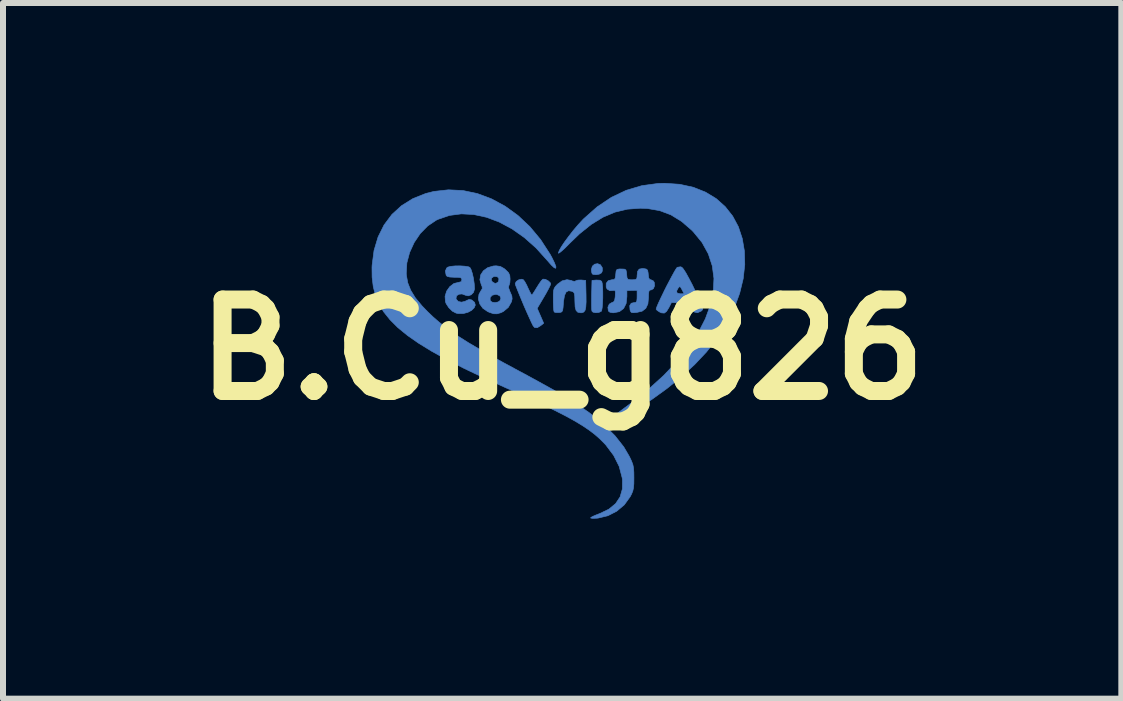
<source format=kicad_pcb>
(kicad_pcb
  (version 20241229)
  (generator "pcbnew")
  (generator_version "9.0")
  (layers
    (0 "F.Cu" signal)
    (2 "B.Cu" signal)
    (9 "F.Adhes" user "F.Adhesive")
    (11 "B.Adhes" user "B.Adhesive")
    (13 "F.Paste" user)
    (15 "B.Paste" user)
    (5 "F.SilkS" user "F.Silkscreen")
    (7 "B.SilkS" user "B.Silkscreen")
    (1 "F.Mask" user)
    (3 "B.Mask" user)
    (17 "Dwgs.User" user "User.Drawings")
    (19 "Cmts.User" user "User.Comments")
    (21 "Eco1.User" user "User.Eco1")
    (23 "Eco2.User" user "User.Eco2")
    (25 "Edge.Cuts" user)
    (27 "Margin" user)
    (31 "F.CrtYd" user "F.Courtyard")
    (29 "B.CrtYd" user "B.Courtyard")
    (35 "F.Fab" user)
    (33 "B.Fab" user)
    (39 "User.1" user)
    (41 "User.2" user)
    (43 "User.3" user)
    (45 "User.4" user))
  (footprint "B.Cu_g826"
    (layer "F.Cu")
    (at 6.321 2.778)
    (property "Reference" "B.Cu_g826" (at 0 0 0) (layer "F.SilkS") (effects (font (size 1.524 1.524) (thickness 0.3))))
    (attr through_hole)
    (fp_poly (pts (xy 0.637 -1.415) (xy 0.667 -1.369) (xy 0.669 -1.364) (xy 0.669 -1.31) (xy 0.656 -1.28) (xy 0.618 -1.258) (xy 0.564 -1.249) (xy 0.516 -1.254) (xy 0.501 -1.263) (xy 0.491 -1.293) (xy 0.487 -1.336) (xy 0.503 -1.391) (xy 0.541 -1.424) (xy 0.59 -1.433) (xy 0.637 -1.415)) (stroke (width 0.01) (type solid)) (fill yes) (layer "B.Cu"))
    (fp_poly (pts (xy 0.628 -1.157) (xy 0.659 -1.139) (xy 0.668 -1.103) (xy 0.675 -1.037) (xy 0.677 -0.952) (xy 0.677 -0.86) (xy 0.673 -0.772) (xy 0.667 -0.698) (xy 0.658 -0.65) (xy 0.652 -0.639) (xy 0.612 -0.62) (xy 0.56 -0.615) (xy 0.515 -0.624) (xy 0.496 -0.642) (xy 0.492 -0.673) (xy 0.49 -0.737) (xy 0.49 -0.824) (xy 0.491 -0.911) (xy 0.497 -1.154) (xy 0.569 -1.16) (xy 0.628 -1.157)) (stroke (width 0.01) (type solid)) (fill yes) (layer "B.Cu"))
    (fp_poly (pts (xy -0.281 -1.172) (xy -0.235 -1.149) (xy -0.2 -1.117) (xy -0.191 -1.095) (xy -0.201 -1.067) (xy -0.229 -1.011) (xy -0.269 -0.937) (xy -0.303 -0.879) (xy -0.416 -0.688) (xy -0.362 -0.564) (xy -0.308 -0.44) (xy -0.358 -0.4) (xy -0.416 -0.365) (xy -0.46 -0.369) (xy -0.484 -0.397) (xy -0.511 -0.451) (xy -0.547 -0.53) (xy -0.59 -0.625) (xy -0.635 -0.728) (xy -0.679 -0.833) (xy -0.719 -0.93) (xy -0.752 -1.012) (xy -0.775 -1.071) (xy -0.783 -1.1) (xy -0.783 -1.1) (xy -0.765 -1.136) (xy -0.723 -1.164) (xy -0.675 -1.174) (xy -0.646 -1.164) (xy -0.623 -1.133) (xy -0.592 -1.077) (xy -0.569 -1.026) (xy -0.54 -0.965) (xy -0.517 -0.923) (xy -0.507 -0.911) (xy -0.491 -0.927) (xy -0.462 -0.972) (xy -0.424 -1.034) (xy -0.422 -1.037) (xy -0.381 -1.102) (xy -0.345 -1.152) (xy -0.32 -1.175) (xy -0.281 -1.172)) (stroke (width 0.01) (type solid)) (fill yes) (layer "B.Cu"))
    (fp_poly (pts (xy 0.155 -1.152) (xy 0.169 -1.144) (xy 0.211 -1.137) (xy 0.225 -1.146) (xy 0.263 -1.159) (xy 0.319 -1.161) (xy 0.321 -1.16) (xy 0.392 -1.154) (xy 0.398 -0.913) (xy 0.399 -0.794) (xy 0.394 -0.71) (xy 0.383 -0.657) (xy 0.361 -0.627) (xy 0.329 -0.615) (xy 0.309 -0.614) (xy 0.261 -0.623) (xy 0.232 -0.653) (xy 0.216 -0.712) (xy 0.212 -0.807) (xy 0.212 -0.809) (xy 0.21 -0.887) (xy 0.204 -0.933) (xy 0.19 -0.958) (xy 0.165 -0.972) (xy 0.164 -0.972) (xy 0.107 -0.982) (xy 0.066 -0.96) (xy 0.039 -0.902) (xy 0.023 -0.806) (xy 0.021 -0.781) (xy 0.015 -0.701) (xy 0.008 -0.654) (xy -0.006 -0.63) (xy -0.029 -0.621) (xy -0.054 -0.618) (xy -0.104 -0.618) (xy -0.133 -0.627) (xy -0.14 -0.654) (xy -0.145 -0.712) (xy -0.148 -0.792) (xy -0.148 -0.831) (xy -0.148 -0.922) (xy -0.144 -0.981) (xy -0.133 -1.021) (xy -0.113 -1.053) (xy -0.08 -1.088) (xy -0.076 -1.092) (xy -0.001 -1.146) (xy 0.08 -1.166) (xy 0.155 -1.152)) (stroke (width 0.01) (type solid)) (fill yes) (layer "B.Cu"))
    (fp_poly (pts (xy 1.995 -1.373) (xy 2.02 -1.345) (xy 2.06 -1.284) (xy 2.109 -1.195) (xy 2.167 -1.085) (xy 2.228 -0.958) (xy 2.291 -0.821) (xy 2.298 -0.807) (xy 2.328 -0.736) (xy 2.343 -0.693) (xy 2.342 -0.668) (xy 2.328 -0.651) (xy 2.318 -0.643) (xy 2.256 -0.615) (xy 2.202 -0.627) (xy 2.155 -0.682) (xy 2.148 -0.693) (xy 2.124 -0.736) (xy 2.099 -0.76) (xy 2.062 -0.772) (xy 2 -0.777) (xy 1.964 -0.779) (xy 1.822 -0.785) (xy 1.78 -0.702) (xy 1.74 -0.637) (xy 1.702 -0.609) (xy 1.655 -0.613) (xy 1.624 -0.627) (xy 1.583 -0.654) (xy 1.566 -0.675) (xy 1.566 -0.675) (xy 1.576 -0.707) (xy 1.601 -0.767) (xy 1.639 -0.849) (xy 1.685 -0.944) (xy 1.7 -0.975) (xy 1.907 -0.975) (xy 1.917 -0.943) (xy 1.964 -0.931) (xy 1.969 -0.931) (xy 2.033 -0.931) (xy 1.998 -0.999) (xy 1.974 -1.042) (xy 1.957 -1.051) (xy 1.938 -1.031) (xy 1.934 -1.027) (xy 1.907 -0.975) (xy 1.7 -0.975) (xy 1.735 -1.046) (xy 1.787 -1.145) (xy 1.835 -1.235) (xy 1.875 -1.308) (xy 1.905 -1.356) (xy 1.918 -1.372) (xy 1.973 -1.381) (xy 1.995 -1.373)) (stroke (width 0.01) (type solid)) (fill yes) (layer "B.Cu"))
    (fp_poly (pts (xy -1.624 -1.391) (xy -1.563 -1.381) (xy -1.539 -1.371) (xy -1.519 -1.336) (xy -1.498 -1.272) (xy -1.479 -1.189) (xy -1.466 -1.099) (xy -1.461 -1.015) (xy -1.461 -1.011) (xy -1.477 -0.955) (xy -1.517 -0.914) (xy -1.567 -0.896) (xy -1.61 -0.906) (xy -1.669 -0.928) (xy -1.722 -0.923) (xy -1.759 -0.898) (xy -1.77 -0.856) (xy -1.765 -0.839) (xy -1.732 -0.802) (xy -1.677 -0.791) (xy -1.616 -0.806) (xy -1.601 -0.815) (xy -1.551 -0.837) (xy -1.508 -0.828) (xy -1.507 -0.828) (xy -1.46 -0.788) (xy -1.448 -0.742) (xy -1.467 -0.697) (xy -1.51 -0.655) (xy -1.571 -0.622) (xy -1.646 -0.602) (xy -1.728 -0.601) (xy -1.767 -0.608) (xy -1.829 -0.64) (xy -1.889 -0.698) (xy -1.934 -0.767) (xy -1.946 -0.8) (xy -1.952 -0.889) (xy -1.926 -0.975) (xy -1.874 -1.049) (xy -1.805 -1.102) (xy -1.724 -1.122) (xy -1.722 -1.122) (xy -1.682 -1.133) (xy -1.672 -1.164) (xy -1.677 -1.188) (xy -1.698 -1.201) (xy -1.744 -1.206) (xy -1.797 -1.206) (xy -1.873 -1.21) (xy -1.917 -1.221) (xy -1.934 -1.24) (xy -1.947 -1.309) (xy -1.926 -1.36) (xy -1.906 -1.375) (xy -1.859 -1.388) (xy -1.786 -1.395) (xy -1.703 -1.396) (xy -1.624 -1.391)) (stroke (width 0.01) (type solid)) (fill yes) (layer "B.Cu"))
    (fp_poly (pts (xy -1.031 -1.387) (xy -0.968 -1.352) (xy -0.943 -1.331) (xy -0.894 -1.282) (xy -0.873 -1.236) (xy -0.868 -1.177) (xy -0.872 -1.116) (xy -0.884 -1.074) (xy -0.889 -1.067) (xy -0.894 -1.033) (xy -0.871 -0.969) (xy -0.866 -0.958) (xy -0.839 -0.895) (xy -0.834 -0.847) (xy -0.845 -0.798) (xy -0.898 -0.704) (xy -0.981 -0.635) (xy -1.023 -0.615) (xy -1.086 -0.597) (xy -1.143 -0.598) (xy -1.21 -0.62) (xy -1.242 -0.634) (xy -1.321 -0.688) (xy -1.373 -0.76) (xy -1.397 -0.842) (xy -1.394 -0.868) (xy -1.201 -0.868) (xy -1.2 -0.818) (xy -1.2 -0.818) (xy -1.17 -0.792) (xy -1.12 -0.784) (xy -1.068 -0.794) (xy -1.036 -0.817) (xy -1.021 -0.859) (xy -1.04 -0.897) (xy -1.087 -0.919) (xy -1.111 -0.921) (xy -1.168 -0.906) (xy -1.201 -0.868) (xy -1.394 -0.868) (xy -1.387 -0.922) (xy -1.358 -0.975) (xy -1.332 -1.016) (xy -1.335 -1.053) (xy -1.347 -1.078) (xy -1.372 -1.164) (xy -1.367 -1.191) (xy -1.18 -1.191) (xy -1.179 -1.151) (xy -1.16 -1.126) (xy -1.115 -1.102) (xy -1.075 -1.119) (xy -1.06 -1.141) (xy -1.054 -1.184) (xy -1.079 -1.214) (xy -1.126 -1.221) (xy -1.142 -1.217) (xy -1.18 -1.191) (xy -1.367 -1.191) (xy -1.359 -1.245) (xy -1.314 -1.314) (xy -1.242 -1.366) (xy -1.147 -1.394) (xy -1.102 -1.397) (xy -1.031 -1.387)) (stroke (width 0.01) (type solid)) (fill yes) (layer "B.Cu"))
    (fp_poly (pts (xy 1.959 -2.756) (xy 2.187 -2.706) (xy 2.39 -2.625) (xy 2.568 -2.517) (xy 2.718 -2.383) (xy 2.842 -2.226) (xy 2.937 -2.049) (xy 3.002 -1.853) (xy 3.038 -1.642) (xy 3.044 -1.418) (xy 3.018 -1.183) (xy 2.959 -0.94) (xy 2.868 -0.69) (xy 2.742 -0.438) (xy 2.582 -0.184) (xy 2.567 -0.164) (xy 2.405 0.04) (xy 2.209 0.248) (xy 1.987 0.453) (xy 1.746 0.649) (xy 1.494 0.831) (xy 1.239 0.99) (xy 1.028 1.103) (xy 0.928 1.151) (xy 0.845 1.184) (xy 0.786 1.204) (xy 0.752 1.208) (xy 0.749 1.195) (xy 0.78 1.166) (xy 0.783 1.164) (xy 0.817 1.138) (xy 0.879 1.092) (xy 0.961 1.031) (xy 1.056 0.96) (xy 1.133 0.903) (xy 1.428 0.67) (xy 1.69 0.433) (xy 1.917 0.195) (xy 2.11 -0.043) (xy 2.267 -0.28) (xy 2.387 -0.514) (xy 2.472 -0.745) (xy 2.52 -0.969) (xy 2.53 -1.187) (xy 2.502 -1.397) (xy 2.436 -1.597) (xy 2.331 -1.787) (xy 2.187 -1.963) (xy 2.161 -1.99) (xy 1.989 -2.138) (xy 1.812 -2.247) (xy 1.625 -2.317) (xy 1.423 -2.352) (xy 1.302 -2.357) (xy 1.086 -2.341) (xy 0.881 -2.292) (xy 0.682 -2.208) (xy 0.486 -2.088) (xy 0.289 -1.93) (xy 0.122 -1.769) (xy 0.053 -1.699) (xy -0.005 -1.646) (xy -0.045 -1.614) (xy -0.063 -1.607) (xy -0.063 -1.609) (xy -0.05 -1.649) (xy -0.014 -1.714) (xy 0.041 -1.796) (xy 0.11 -1.889) (xy 0.186 -1.987) (xy 0.266 -2.081) (xy 0.344 -2.166) (xy 0.359 -2.181) (xy 0.584 -2.38) (xy 0.82 -2.538) (xy 1.068 -2.656) (xy 1.328 -2.733) (xy 1.598 -2.77) (xy 1.707 -2.773) (xy 1.959 -2.756)) (stroke (width 0.01) (type solid)) (fill yes) (layer "B.Cu"))
    (fp_poly (pts (xy 1.357 -1.351) (xy 1.402 -1.343) (xy 1.424 -1.324) (xy 1.433 -1.28) (xy 1.435 -1.254) (xy 1.443 -1.195) (xy 1.46 -1.169) (xy 1.481 -1.164) (xy 1.519 -1.146) (xy 1.535 -1.122) (xy 1.54 -1.063) (xy 1.521 -1.016) (xy 1.484 -0.995) (xy 1.48 -0.995) (xy 1.457 -0.99) (xy 1.445 -0.968) (xy 1.44 -0.92) (xy 1.439 -0.869) (xy 1.429 -0.762) (xy 1.394 -0.688) (xy 1.333 -0.641) (xy 1.244 -0.62) (xy 1.183 -0.615) (xy 1.152 -0.621) (xy 1.137 -0.644) (xy 1.131 -0.664) (xy 1.126 -0.733) (xy 1.151 -0.773) (xy 1.195 -0.783) (xy 1.227 -0.787) (xy 1.243 -0.804) (xy 1.248 -0.847) (xy 1.249 -0.886) (xy 1.249 -0.989) (xy 1.164 -0.987) (xy 1.079 -0.985) (xy 1.079 -0.883) (xy 1.066 -0.768) (xy 1.024 -0.685) (xy 0.954 -0.633) (xy 0.857 -0.614) (xy 0.845 -0.614) (xy 0.796 -0.623) (xy 0.77 -0.644) (xy 0.762 -0.707) (xy 0.785 -0.758) (xy 0.826 -0.783) (xy 0.858 -0.796) (xy 0.875 -0.824) (xy 0.884 -0.878) (xy 0.885 -0.898) (xy 0.887 -0.959) (xy 0.881 -0.986) (xy 0.864 -0.989) (xy 0.856 -0.987) (xy 0.796 -0.982) (xy 0.75 -1.009) (xy 0.734 -1.041) (xy 0.734 -1.105) (xy 0.768 -1.149) (xy 0.825 -1.164) (xy 0.864 -1.168) (xy 0.883 -1.187) (xy 0.891 -1.232) (xy 0.893 -1.254) (xy 0.899 -1.31) (xy 0.914 -1.336) (xy 0.95 -1.344) (xy 0.984 -1.344) (xy 1.037 -1.342) (xy 1.063 -1.328) (xy 1.072 -1.29) (xy 1.075 -1.254) (xy 1.081 -1.198) (xy 1.096 -1.172) (xy 1.132 -1.165) (xy 1.165 -1.164) (xy 1.219 -1.167) (xy 1.243 -1.181) (xy 1.249 -1.217) (xy 1.249 -1.233) (xy 1.257 -1.304) (xy 1.284 -1.342) (xy 1.336 -1.352) (xy 1.357 -1.351)) (stroke (width 0.01) (type solid)) (fill yes) (layer "B.Cu"))
    (fp_poly (pts (xy -1.653 -2.652) (xy -1.412 -2.601) (xy -1.177 -2.513) (xy -0.951 -2.391) (xy -0.737 -2.236) (xy -0.539 -2.05) (xy -0.36 -1.835) (xy -0.203 -1.593) (xy -0.172 -1.537) (xy -0.126 -1.442) (xy -0.104 -1.382) (xy -0.107 -1.356) (xy -0.133 -1.365) (xy -0.181 -1.41) (xy -0.251 -1.49) (xy -0.435 -1.694) (xy -0.631 -1.868) (xy -0.837 -2.013) (xy -1.048 -2.126) (xy -1.261 -2.206) (xy -1.473 -2.252) (xy -1.68 -2.263) (xy -1.879 -2.237) (xy -2.066 -2.173) (xy -2.1 -2.157) (xy -2.241 -2.062) (xy -2.365 -1.936) (xy -2.467 -1.785) (xy -2.543 -1.619) (xy -2.589 -1.445) (xy -2.599 -1.272) (xy -2.597 -1.242) (xy -2.574 -1.114) (xy -2.525 -0.99) (xy -2.448 -0.864) (xy -2.338 -0.731) (xy -2.246 -0.635) (xy -2.154 -0.547) (xy -2.059 -0.464) (xy -1.956 -0.381) (xy -1.842 -0.298) (xy -1.714 -0.211) (xy -1.567 -0.118) (xy -1.397 -0.018) (xy -1.202 0.094) (xy -0.977 0.218) (xy -0.718 0.358) (xy -0.648 0.395) (xy -0.488 0.482) (xy -0.33 0.569) (xy -0.18 0.652) (xy -0.044 0.729) (xy 0.069 0.795) (xy 0.155 0.846) (xy 0.18 0.862) (xy 0.455 1.054) (xy 0.688 1.244) (xy 0.879 1.434) (xy 1.027 1.622) (xy 1.118 1.777) (xy 1.155 1.854) (xy 1.178 1.915) (xy 1.19 1.974) (xy 1.195 2.047) (xy 1.196 2.137) (xy 1.195 2.235) (xy 1.189 2.305) (xy 1.177 2.358) (xy 1.156 2.409) (xy 1.134 2.451) (xy 1.036 2.587) (xy 0.909 2.694) (xy 0.762 2.769) (xy 0.601 2.808) (xy 0.583 2.81) (xy 0.511 2.813) (xy 0.476 2.808) (xy 0.476 2.8) (xy 0.506 2.782) (xy 0.563 2.757) (xy 0.63 2.731) (xy 0.778 2.66) (xy 0.891 2.567) (xy 0.966 2.454) (xy 1.004 2.321) (xy 1.005 2.169) (xy 1 2.136) (xy 0.95 1.946) (xy 0.858 1.763) (xy 0.728 1.59) (xy 0.704 1.564) (xy 0.627 1.487) (xy 0.543 1.413) (xy 0.447 1.34) (xy 0.337 1.266) (xy 0.209 1.189) (xy 0.06 1.107) (xy -0.114 1.018) (xy -0.315 0.92) (xy -0.548 0.812) (xy -0.816 0.691) (xy -0.942 0.635) (xy -1.306 0.47) (xy -1.631 0.315) (xy -1.919 0.169) (xy -2.172 0.029) (xy -2.392 -0.106) (xy -2.58 -0.237) (xy -2.739 -0.367) (xy -2.869 -0.497) (xy -2.974 -0.628) (xy -3.054 -0.763) (xy -3.112 -0.903) (xy -3.149 -1.05) (xy -3.168 -1.205) (xy -3.17 -1.37) (xy -3.168 -1.408) (xy -3.136 -1.653) (xy -3.069 -1.877) (xy -2.969 -2.078) (xy -2.838 -2.253) (xy -2.677 -2.4) (xy -2.489 -2.517) (xy -2.274 -2.603) (xy -2.139 -2.637) (xy -1.896 -2.664) (xy -1.653 -2.652)) (stroke (width 0.01) (type solid)) (fill yes) (layer "B.Cu")))
  (gr_rect
    (start -3 -3)
    (end 15.642 8.596)
    (stroke (width 0.1) (type default))
    (fill no)
    (layer "Edge.Cuts")))
</source>
